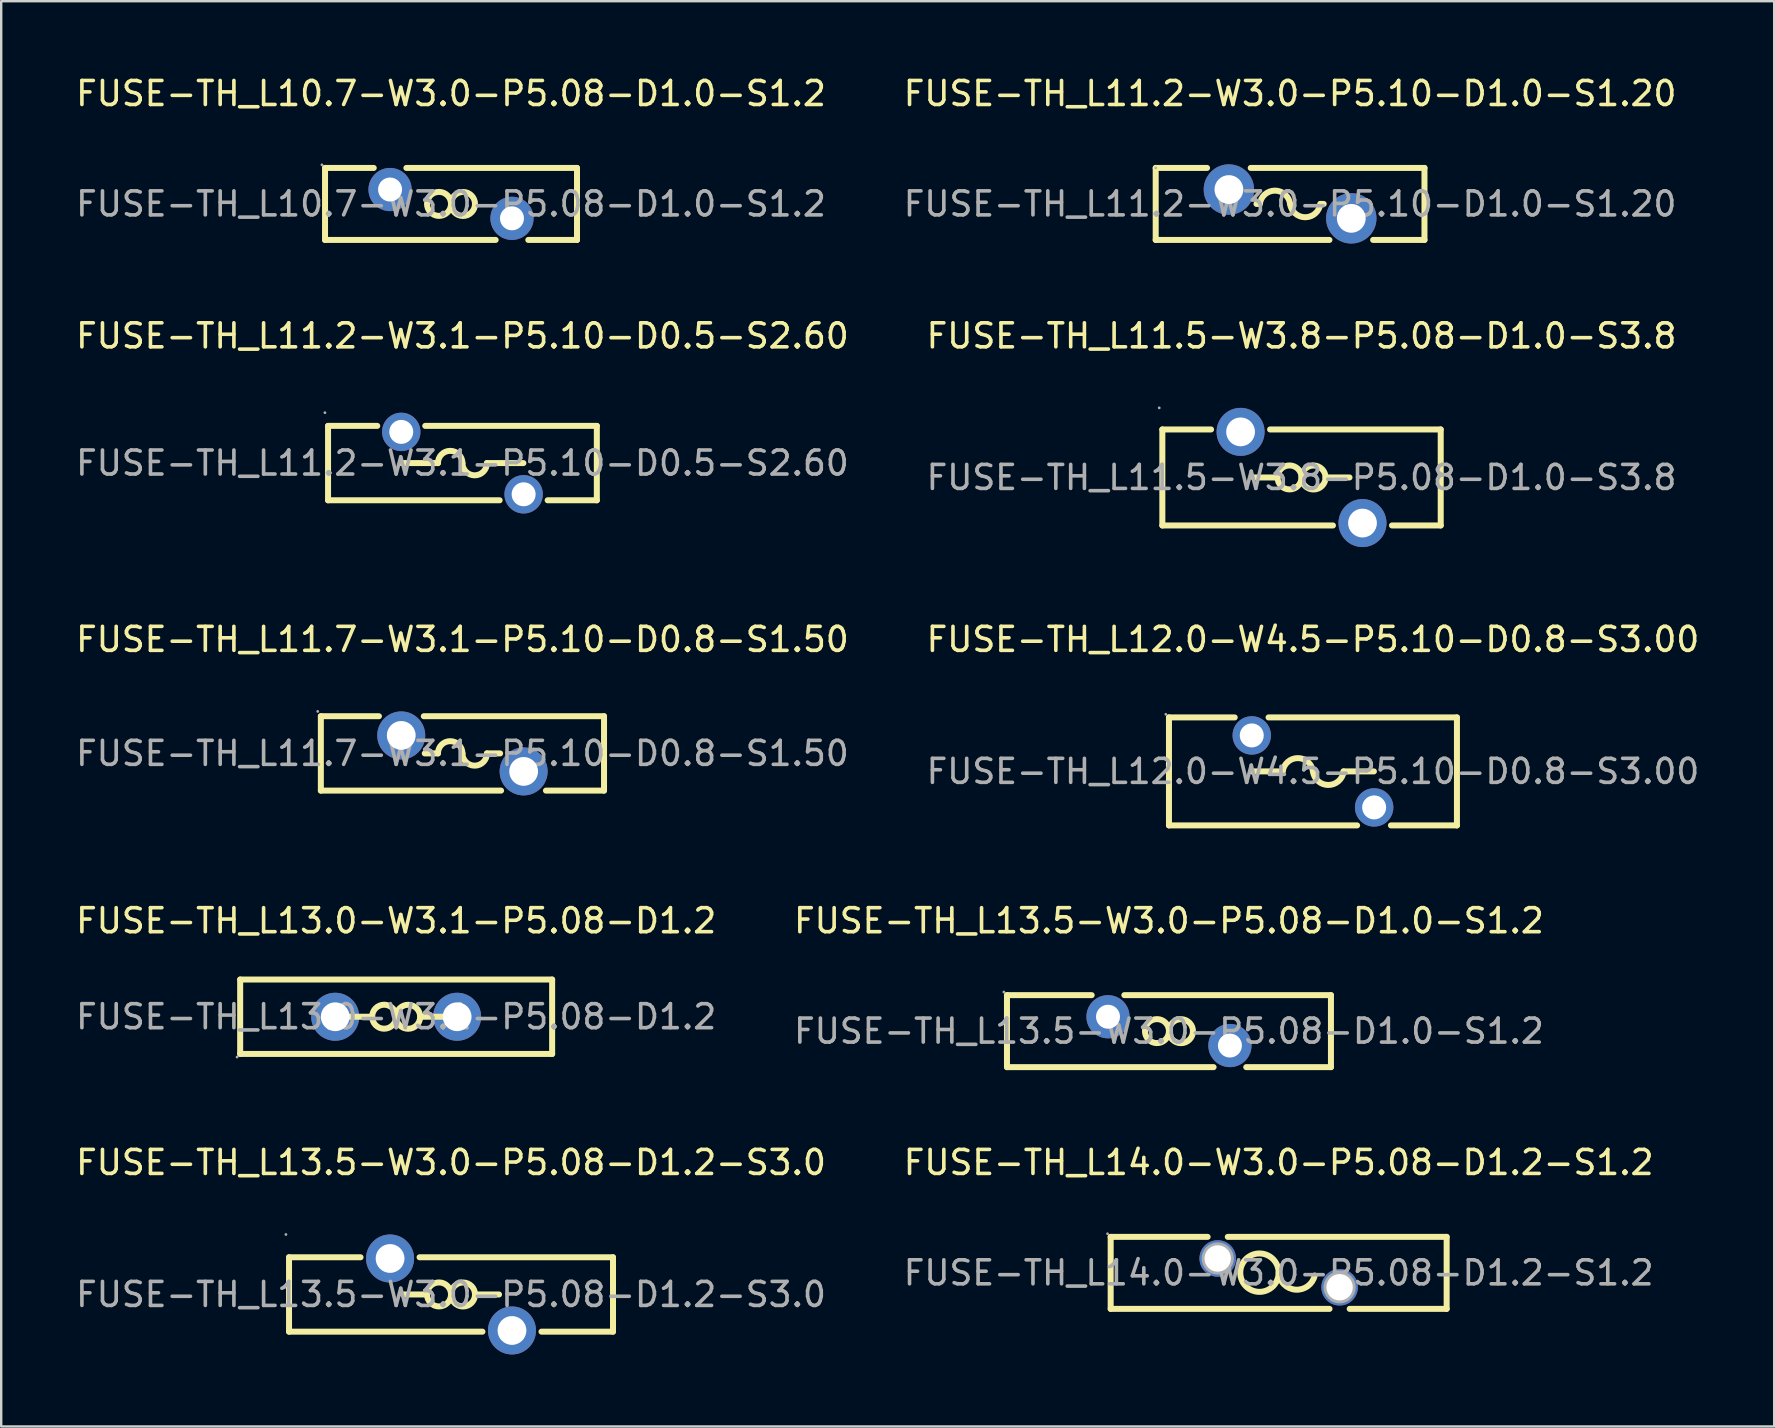
<source format=kicad_pcb>
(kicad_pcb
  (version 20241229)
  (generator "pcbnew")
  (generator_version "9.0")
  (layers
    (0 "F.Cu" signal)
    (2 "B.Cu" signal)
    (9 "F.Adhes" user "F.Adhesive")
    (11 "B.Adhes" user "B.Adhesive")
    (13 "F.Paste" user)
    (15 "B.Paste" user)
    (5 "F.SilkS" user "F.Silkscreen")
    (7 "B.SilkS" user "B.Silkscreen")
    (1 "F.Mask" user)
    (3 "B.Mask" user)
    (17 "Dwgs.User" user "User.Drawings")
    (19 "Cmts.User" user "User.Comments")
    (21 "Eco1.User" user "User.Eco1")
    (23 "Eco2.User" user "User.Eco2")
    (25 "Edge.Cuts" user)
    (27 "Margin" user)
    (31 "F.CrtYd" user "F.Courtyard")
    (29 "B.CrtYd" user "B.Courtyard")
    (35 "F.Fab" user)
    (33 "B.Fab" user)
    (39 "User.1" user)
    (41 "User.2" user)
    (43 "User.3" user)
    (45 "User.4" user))
  (footprint "FUSE-TH_L11.7-W3.1-P5.10-D0.8-S1.50"
    (layer "F.Cu")
    (at 16.22 28.345)
    (property "Reference" "FUSE-TH_L11.7-W3.1-P5.10-D0.8-S1.50" (at 0 -4.75 0) (layer "F.SilkS") (effects (font (size 1 1) (thickness 0.15))))
    (attr through_hole)
    (fp_line (start -5.9 -1.55) (end -3.48 -1.55) (stroke (width 0.25) (type solid)) (layer "F.SilkS"))
    (fp_line (start -5.9 1.55) (end -5.9 -1.55) (stroke (width 0.25) (type solid)) (layer "F.SilkS"))
    (fp_line (start -5.9 1.55) (end 1.61 1.55) (stroke (width 0.25) (type solid)) (layer "F.SilkS"))
    (fp_line (start -1.61 -1.55) (end 5.9 -1.55) (stroke (width 0.25) (type solid)) (layer "F.SilkS"))
    (fp_line (start -1.57 0) (end -1.02 0) (stroke (width 0.25) (type solid)) (layer "F.SilkS"))
    (fp_line (start 1.57 0) (end 1.02 0) (stroke (width 0.25) (type solid)) (layer "F.SilkS"))
    (fp_line (start 3.48 1.55) (end 5.9 1.55) (stroke (width 0.25) (type solid)) (layer "F.SilkS"))
    (fp_line (start 5.9 -1.55) (end 5.9 1.55) (stroke (width 0.25) (type solid)) (layer "F.SilkS"))
    (fp_arc (start -1.02 0) (mid -0.51 -0.51) (end 0 0) (stroke (width 0.25) (type solid)) (layer "F.SilkS"))
    (fp_arc (start 1.02 0) (mid 0.51 0.51) (end 0 0) (stroke (width 0.25) (type solid)) (layer "F.SilkS"))
    (fp_circle (center -6.03 -1.75) (end -6 -1.75) (stroke (width 0.06) (type solid)) (fill no) (layer "F.Fab"))
    (fp_circle (center -2.55 -0.75) (end -2.3 -0.75) (stroke (width 0.5) (type solid)) (fill no) (layer "F.Fab"))
    (fp_circle (center 2.55 0.75) (end 2.8 0.75) (stroke (width 0.5) (type solid)) (fill no) (layer "F.Fab"))
    (fp_text user "${REFERENCE}" (at 0 0 0) (layer "F.Fab") (effects (font (size 1 1) (thickness 0.15))))
    (pad "1" thru_hole circle (at -2.55 -0.75) (size 2 2) (drill 1.2) (layers "*.Cu" "*.Paste" "*.Mask"))
    (pad "2" thru_hole circle (at 2.55 0.75) (size 2 2) (drill 1.2) (layers "*.Cu" "*.Paste" "*.Mask")))
  (footprint "FUSE-TH_L13.5-W3.0-P5.08-D1.2-S3.0"
    (layer "F.Cu")
    (at 15.744 50.891)
    (property "Reference" "FUSE-TH_L13.5-W3.0-P5.08-D1.2-S3.0" (at 0 -5.5 0) (layer "F.SilkS") (effects (font (size 1 1) (thickness 0.15))))
    (attr through_hole)
    (fp_line (start -6.75 -1.55) (end -3.77 -1.55) (stroke (width 0.25) (type solid)) (layer "F.SilkS"))
    (fp_line (start -6.75 1.55) (end -6.75 -1.55) (stroke (width 0.25) (type solid)) (layer "F.SilkS"))
    (fp_line (start -1.31 -1.55) (end 6.75 -1.55) (stroke (width 0.25) (type solid)) (layer "F.SilkS"))
    (fp_line (start -1 0) (end -2 0) (stroke (width 0.25) (type solid)) (layer "F.SilkS"))
    (fp_line (start 1 0) (end 2 0) (stroke (width 0.25) (type solid)) (layer "F.SilkS"))
    (fp_line (start 1.31 1.55) (end -6.75 1.55) (stroke (width 0.25) (type solid)) (layer "F.SilkS"))
    (fp_line (start 6.75 -1.55) (end 6.75 1.55) (stroke (width 0.25) (type solid)) (layer "F.SilkS"))
    (fp_line (start 6.75 1.55) (end 3.77 1.55) (stroke (width 0.25) (type solid)) (layer "F.SilkS"))
    (fp_arc (start -0.000076 0.008726) (mid -0.999981 -0.004363) (end 0 0) (stroke (width 0.25) (type solid)) (layer "F.SilkS"))
    (fp_arc (start 0.000076 -0.008726) (mid 0.999981 0.004363) (end 0 0) (stroke (width 0.25) (type solid)) (layer "F.SilkS"))
    (fp_circle (center -6.88 -2.5) (end -6.85 -2.5) (stroke (width 0.06) (type solid)) (fill no) (layer "F.Fab"))
    (fp_circle (center -2.54 -1.5) (end -2.29 -1.5) (stroke (width 0.5) (type solid)) (fill no) (layer "F.Fab"))
    (fp_circle (center 2.54 1.5) (end 2.79 1.5) (stroke (width 0.5) (type solid)) (fill no) (layer "F.Fab"))
    (fp_text user "${REFERENCE}" (at 0 0 0) (layer "F.Fab") (effects (font (size 1 1) (thickness 0.15))))
    (pad "1" thru_hole circle (at -2.54 -1.5) (size 2 2) (drill 1.2) (layers "*.Cu" "*.Paste" "*.Mask"))
    (pad "2" thru_hole circle (at 2.54 1.5) (size 2 2) (drill 1.2) (layers "*.Cu" "*.Paste" "*.Mask")))
  (footprint "FUSE-TH_L13.0-W3.1-P5.08-D1.2"
    (layer "F.Cu")
    (at 13.458 39.318)
    (property "Reference" "FUSE-TH_L13.0-W3.1-P5.08-D1.2" (at 0 -4 0) (layer "F.SilkS") (effects (font (size 1 1) (thickness 0.15))))
    (attr through_hole)
    (fp_line (start -6.5 -1.55) (end 6.5 -1.55) (stroke (width 0.25) (type solid)) (layer "F.SilkS"))
    (fp_line (start -6.5 1.55) (end -6.5 -1.55) (stroke (width 0.25) (type solid)) (layer "F.SilkS"))
    (fp_line (start -1 0) (end -2 0) (stroke (width 0.25) (type solid)) (layer "F.SilkS"))
    (fp_line (start 1 0) (end 2 0) (stroke (width 0.25) (type solid)) (layer "F.SilkS"))
    (fp_line (start 6.5 -1.55) (end 6.5 1.55) (stroke (width 0.25) (type solid)) (layer "F.SilkS"))
    (fp_line (start 6.5 1.55) (end -6.5 1.55) (stroke (width 0.25) (type solid)) (layer "F.SilkS"))
    (fp_arc (start -0.000076 0.008726) (mid -0.999981 -0.004363) (end 0 0) (stroke (width 0.25) (type solid)) (layer "F.SilkS"))
    (fp_arc (start 0.000076 -0.008726) (mid 0.999981 0.004363) (end 0 0) (stroke (width 0.25) (type solid)) (layer "F.SilkS"))
    (fp_circle (center -6.63 1.68) (end -6.6 1.68) (stroke (width 0.06) (type solid)) (fill no) (layer "F.Fab"))
    (fp_circle (center -2.54 0) (end -2.29 0) (stroke (width 0.5) (type solid)) (fill no) (layer "F.Fab"))
    (fp_circle (center 2.54 0) (end 2.79 0) (stroke (width 0.5) (type solid)) (fill no) (layer "F.Fab"))
    (fp_text user "${REFERENCE}" (at 0 0 0) (layer "F.Fab") (effects (font (size 1 1) (thickness 0.15))))
    (pad "1" thru_hole circle (at -2.54 0) (size 2 2) (drill 1.2) (layers "*.Cu" "*.Paste" "*.Mask"))
    (pad "2" thru_hole circle (at 2.54 0) (size 2 2) (drill 1.2) (layers "*.Cu" "*.Paste" "*.Mask")))
  (footprint "FUSE-TH_L13.5-W3.0-P5.08-D1.0-S1.2"
    (layer "F.Cu")
    (at 45.661 39.918)
    (property "Reference" "FUSE-TH_L13.5-W3.0-P5.08-D1.0-S1.2" (at 0 -4.6 0) (layer "F.SilkS") (effects (font (size 1 1) (thickness 0.15))))
    (attr through_hole)
    (fp_line (start -6.75 -1.5) (end -3.22 -1.5) (stroke (width 0.25) (type solid)) (layer "F.SilkS"))
    (fp_line (start -6.75 1.5) (end -6.75 -1.5) (stroke (width 0.25) (type solid)) (layer "F.SilkS"))
    (fp_line (start -1.86 -1.5) (end 6.75 -1.5) (stroke (width 0.25) (type solid)) (layer "F.SilkS"))
    (fp_line (start 1.86 1.5) (end -6.75 1.5) (stroke (width 0.25) (type solid)) (layer "F.SilkS"))
    (fp_line (start 6.75 -1.5) (end 6.75 1.5) (stroke (width 0.25) (type solid)) (layer "F.SilkS"))
    (fp_line (start 6.75 1.5) (end 3.22 1.5) (stroke (width 0.25) (type solid)) (layer "F.SilkS"))
    (fp_arc (start -0.000076 0.008726) (mid -0.999981 -0.004363) (end 0 0) (stroke (width 0.25) (type solid)) (layer "F.SilkS"))
    (fp_arc (start 0.000076 -0.008726) (mid 0.999981 0.004363) (end 0 0) (stroke (width 0.25) (type solid)) (layer "F.SilkS"))
    (fp_circle (center -6.88 -1.63) (end -6.85 -1.63) (stroke (width 0.06) (type solid)) (fill no) (layer "F.Fab"))
    (fp_circle (center -2.54 -0.6) (end -2.34 -0.6) (stroke (width 0.4) (type solid)) (fill no) (layer "F.Fab"))
    (fp_circle (center 2.54 0.6) (end 2.74 0.6) (stroke (width 0.4) (type solid)) (fill no) (layer "F.Fab"))
    (fp_text user "${REFERENCE}" (at 0 0 0) (layer "F.Fab") (effects (font (size 1 1) (thickness 0.15))))
    (pad "1" thru_hole circle (at -2.54 -0.6) (size 1.8 1.8) (drill 1) (layers "*.Cu" "*.Paste" "*.Mask"))
    (pad "2" thru_hole circle (at 2.54 0.6) (size 1.8 1.8) (drill 1) (layers "*.Cu" "*.Paste" "*.Mask")))
  (footprint "FUSE-TH_L11.2-W3.0-P5.10-D1.0-S1.20"
    (layer "F.Cu")
    (at 50.708 5.448)
    (property "Reference" "FUSE-TH_L11.2-W3.0-P5.10-D1.0-S1.20" (at 0 -4.6 0) (layer "F.SilkS") (effects (font (size 1 1) (thickness 0.15))))
    (attr through_hole)
    (fp_line (start -5.6 -1.5) (end -5.6 1.5) (stroke (width 0.25) (type solid)) (layer "F.SilkS"))
    (fp_line (start -5.6 1.5) (end 1.64 1.5) (stroke (width 0.25) (type solid)) (layer "F.SilkS"))
    (fp_line (start -3.46 -1.5) (end -5.6 -1.5) (stroke (width 0.25) (type solid)) (layer "F.SilkS"))
    (fp_line (start -1.4 0) (end -1.27 0) (stroke (width 0.25) (type solid)) (layer "F.SilkS"))
    (fp_line (start 1.4 0) (end 1.27 0) (stroke (width 0.25) (type solid)) (layer "F.SilkS"))
    (fp_line (start 3.46 1.5) (end 5.6 1.5) (stroke (width 0.25) (type solid)) (layer "F.SilkS"))
    (fp_line (start 5.6 -1.5) (end -1.64 -1.5) (stroke (width 0.25) (type solid)) (layer "F.SilkS"))
    (fp_line (start 5.6 -1.5) (end 5.6 1.5) (stroke (width 0.25) (type solid)) (layer "F.SilkS"))
    (fp_arc (start -1.260199 0.001582) (mid -0.630797 -0.555059) (end 0 0) (stroke (width 0.25) (type solid)) (layer "F.SilkS"))
    (fp_arc (start 1.260199 -0.001582) (mid 0.630797 0.555059) (end 0 0) (stroke (width 0.25) (type solid)) (layer "F.SilkS"))
    (fp_circle (center -5.6 -1.5) (end -5.57 -1.5) (stroke (width 0.06) (type solid)) (fill no) (layer "F.Fab"))
    (fp_circle (center -2.55 -0.6) (end -2.35 -0.6) (stroke (width 0.4) (type solid)) (fill no) (layer "F.Fab"))
    (fp_circle (center 2.55 0.6) (end 2.75 0.6) (stroke (width 0.4) (type solid)) (fill no) (layer "F.Fab"))
    (fp_text user "${REFERENCE}" (at 0 0 0) (layer "F.Fab") (effects (font (size 1 1) (thickness 0.15))))
    (pad "1" thru_hole circle (at -2.55 -0.6) (size 2.1 2.1) (drill 1.2) (layers "*.Cu" "*.Paste" "*.Mask"))
    (pad "2" thru_hole circle (at 2.55 0.6) (size 2.1 2.1) (drill 1.2) (layers "*.Cu" "*.Paste" "*.Mask")))
  (footprint "FUSE-TH_L12.0-W4.5-P5.10-D0.8-S3.00"
    (layer "F.Cu")
    (at 51.661 29.095)
    (property "Reference" "FUSE-TH_L12.0-W4.5-P5.10-D0.8-S3.00" (at 0 -5.5 0) (layer "F.SilkS") (effects (font (size 1 1) (thickness 0.15))))
    (attr through_hole)
    (fp_line (start -6 -2.25) (end -3.26 -2.25) (stroke (width 0.25) (type solid)) (layer "F.SilkS"))
    (fp_line (start -6 2.25) (end -6 -2.25) (stroke (width 0.25) (type solid)) (layer "F.SilkS"))
    (fp_line (start -2.54 0) (end -1.27 0) (stroke (width 0.25) (type solid)) (layer "F.SilkS"))
    (fp_line (start -1.85 -2.25) (end 6 -2.25) (stroke (width 0.25) (type solid)) (layer "F.SilkS"))
    (fp_line (start 1.84 2.25) (end -6 2.25) (stroke (width 0.25) (type solid)) (layer "F.SilkS"))
    (fp_line (start 2.54 0) (end 1.27 0) (stroke (width 0.25) (type solid)) (layer "F.SilkS"))
    (fp_line (start 6 -2.25) (end 6 2.25) (stroke (width 0.25) (type solid)) (layer "F.SilkS"))
    (fp_line (start 6 2.25) (end 3.25 2.25) (stroke (width 0.25) (type solid)) (layer "F.SilkS"))
    (fp_arc (start -1.260199 0.001582) (mid -0.630797 -0.555059) (end 0 0) (stroke (width 0.25) (type solid)) (layer "F.SilkS"))
    (fp_arc (start 1.279888 0.000893) (mid 0.63955 0.564981) (end 0 0) (stroke (width 0.25) (type solid)) (layer "F.SilkS"))
    (fp_circle (center -6.13 -2.38) (end -6.1 -2.38) (stroke (width 0.06) (type solid)) (fill no) (layer "F.Fab"))
    (fp_circle (center -2.55 -1.5) (end -2.35 -1.5) (stroke (width 0.4) (type solid)) (fill no) (layer "F.Fab"))
    (fp_circle (center 2.55 1.5) (end 2.75 1.5) (stroke (width 0.4) (type solid)) (fill no) (layer "F.Fab"))
    (fp_text user "${REFERENCE}" (at 0 0 0) (layer "F.Fab") (effects (font (size 1 1) (thickness 0.15))))
    (pad "1" thru_hole circle (at -2.55 -1.5) (size 1.6 1.6) (drill 1) (layers "*.Cu" "*.Paste" "*.Mask"))
    (pad "2" thru_hole circle (at 2.55 1.5) (size 1.6 1.6) (drill 1) (layers "*.Cu" "*.Paste" "*.Mask")))
  (footprint "FUSE-TH_L14.0-W3.0-P5.08-D1.2-S1.2"
    (layer "F.Cu")
    (at 50.232 49.991)
    (property "Reference" "FUSE-TH_L14.0-W3.0-P5.08-D1.2-S1.2" (at 0 -4.6 0) (layer "F.SilkS") (effects (font (size 1 1) (thickness 0.15))))
    (attr through_hole)
    (fp_line (start -7 -1.5) (end -7 1.5) (stroke (width 0.25) (type solid)) (layer "F.SilkS"))
    (fp_line (start -7 -1.5) (end -2.96 -1.5) (stroke (width 0.25) (type solid)) (layer "F.SilkS"))
    (fp_line (start -2.12 -1.5) (end 7 -1.5) (stroke (width 0.25) (type solid)) (layer "F.SilkS"))
    (fp_line (start 2.12 1.5) (end -7 1.5) (stroke (width 0.25) (type solid)) (layer "F.SilkS"))
    (fp_line (start 7 1.5) (end 2.96 1.5) (stroke (width 0.25) (type solid)) (layer "F.SilkS"))
    (fp_line (start 7 1.5) (end 7 -1.5) (stroke (width 0.25) (type solid)) (layer "F.SilkS"))
    (fp_arc (start -0.000122 0.003962) (mid -1.599969 -0.016981) (end 0 -0.01) (stroke (width 0.25) (type solid)) (layer "F.SilkS"))
    (fp_arc (start 1.502521 0.109596) (mid 0.699567 0.699242) (end 0 -0.01) (stroke (width 0.25) (type solid)) (layer "F.SilkS"))
    (fp_circle (center -7.13 -1.63) (end -7.1 -1.63) (stroke (width 0.06) (type solid)) (fill no) (layer "F.Fab"))
    (fp_circle (center -2.54 -0.6) (end -2.32 -0.6) (stroke (width 0.45) (type solid)) (fill no) (layer "F.Fab"))
    (fp_circle (center 2.54 0.6) (end 2.76 0.6) (stroke (width 0.45) (type solid)) (fill no) (layer "F.Fab"))
    (fp_text user "${REFERENCE}" (at 0 0 0) (layer "F.Fab") (effects (font (size 1 1) (thickness 0.15))))
    (pad "1" thru_hole circle (at -2.54 -0.6) (size 1.52 1.52) (drill 1.1) (layers "*.Cu" "*.Paste" "*.Mask"))
    (pad "2" thru_hole circle (at 2.54 0.6) (size 1.52 1.52) (drill 1.1) (layers "*.Cu" "*.Paste" "*.Mask")))
  (footprint "FUSE-TH_L10.7-W3.0-P5.08-D1.0-S1.2"
    (layer "F.Cu")
    (at 15.744 5.448)
    (property "Reference" "FUSE-TH_L10.7-W3.0-P5.08-D1.0-S1.2" (at 0 -4.6 0) (layer "F.SilkS") (effects (font (size 1 1) (thickness 0.15))))
    (attr through_hole)
    (fp_line (start -5.25 -1.5) (end -3.22 -1.5) (stroke (width 0.25) (type solid)) (layer "F.SilkS"))
    (fp_line (start -5.25 1.5) (end -5.25 -1.5) (stroke (width 0.25) (type solid)) (layer "F.SilkS"))
    (fp_line (start -1.86 -1.5) (end 5.25 -1.5) (stroke (width 0.25) (type solid)) (layer "F.SilkS"))
    (fp_line (start 1.86 1.5) (end -5.25 1.5) (stroke (width 0.25) (type solid)) (layer "F.SilkS"))
    (fp_line (start 5.25 -1.5) (end 5.25 1.5) (stroke (width 0.25) (type solid)) (layer "F.SilkS"))
    (fp_line (start 5.25 1.5) (end 3.22 1.5) (stroke (width 0.25) (type solid)) (layer "F.SilkS"))
    (fp_arc (start -0.000076 0.008726) (mid -0.999981 -0.004363) (end 0 0) (stroke (width 0.25) (type solid)) (layer "F.SilkS"))
    (fp_arc (start 0.000076 -0.008726) (mid 0.999981 0.004363) (end 0 0) (stroke (width 0.25) (type solid)) (layer "F.SilkS"))
    (fp_circle (center -5.38 -1.63) (end -5.35 -1.63) (stroke (width 0.06) (type solid)) (fill no) (layer "F.Fab"))
    (fp_circle (center -2.54 -0.6) (end -2.34 -0.6) (stroke (width 0.4) (type solid)) (fill no) (layer "F.Fab"))
    (fp_circle (center 2.54 0.6) (end 2.74 0.6) (stroke (width 0.4) (type solid)) (fill no) (layer "F.Fab"))
    (fp_text user "${REFERENCE}" (at 0 0 0) (layer "F.Fab") (effects (font (size 1 1) (thickness 0.15))))
    (pad "1" thru_hole circle (at -2.54 -0.6) (size 1.8 1.8) (drill 1) (layers "*.Cu" "*.Paste" "*.Mask"))
    (pad "2" thru_hole circle (at 2.54 0.6) (size 1.8 1.8) (drill 1) (layers "*.Cu" "*.Paste" "*.Mask")))
  (footprint "FUSE-TH_L11.5-W3.8-P5.08-D1.0-S3.8"
    (layer "F.Cu")
    (at 51.185 16.846)
    (property "Reference" "FUSE-TH_L11.5-W3.8-P5.08-D1.0-S3.8" (at 0 -5.9 0) (layer "F.SilkS") (effects (font (size 1 1) (thickness 0.15))))
    (attr through_hole)
    (fp_line (start -5.8 -2) (end -5.8 2) (stroke (width 0.25) (type solid)) (layer "F.SilkS"))
    (fp_line (start -5.8 -2) (end -3.77 -2) (stroke (width 0.25) (type solid)) (layer "F.SilkS"))
    (fp_line (start -5.8 2) (end 1.31 2) (stroke (width 0.25) (type solid)) (layer "F.SilkS"))
    (fp_line (start -1.31 -2) (end 5.8 -2) (stroke (width 0.25) (type solid)) (layer "F.SilkS"))
    (fp_line (start -1 0) (end -2 0) (stroke (width 0.25) (type solid)) (layer "F.SilkS"))
    (fp_line (start 1 0) (end 2 0) (stroke (width 0.25) (type solid)) (layer "F.SilkS"))
    (fp_line (start 3.77 2) (end 5.8 2) (stroke (width 0.25) (type solid)) (layer "F.SilkS"))
    (fp_line (start 5.8 -2) (end 5.8 2) (stroke (width 0.25) (type solid)) (layer "F.SilkS"))
    (fp_arc (start -0.000076 0.008726) (mid -0.999981 -0.004363) (end 0 0) (stroke (width 0.25) (type solid)) (layer "F.SilkS"))
    (fp_arc (start 0.000076 -0.008726) (mid 0.999981 0.004363) (end 0 0) (stroke (width 0.25) (type solid)) (layer "F.SilkS"))
    (fp_circle (center -5.93 -2.9) (end -5.9 -2.9) (stroke (width 0.06) (type solid)) (fill no) (layer "F.Fab"))
    (fp_circle (center -2.54 -1.9) (end -2.29 -1.9) (stroke (width 0.5) (type solid)) (fill no) (layer "F.Fab"))
    (fp_circle (center 2.54 1.9) (end 2.79 1.9) (stroke (width 0.5) (type solid)) (fill no) (layer "F.Fab"))
    (fp_text user "${REFERENCE}" (at 0 0 0) (layer "F.Fab") (effects (font (size 1 1) (thickness 0.15))))
    (pad "1" thru_hole circle (at -2.54 -1.9) (size 2 2) (drill 1.2) (layers "*.Cu" "*.Paste" "*.Mask"))
    (pad "2" thru_hole circle (at 2.54 1.9) (size 2 2) (drill 1.2) (layers "*.Cu" "*.Paste" "*.Mask")))
  (footprint "FUSE-TH_L11.2-W3.1-P5.10-D0.5-S2.60"
    (layer "F.Cu")
    (at 16.22 16.247)
    (property "Reference" "FUSE-TH_L11.2-W3.1-P5.10-D0.5-S2.60" (at 0 -5.3 0) (layer "F.SilkS") (effects (font (size 1 1) (thickness 0.15))))
    (attr through_hole)
    (fp_line (start -5.6 -1.55) (end -3.55 -1.55) (stroke (width 0.25) (type solid)) (layer "F.SilkS"))
    (fp_line (start -5.6 1.55) (end -5.6 -1.55) (stroke (width 0.25) (type solid)) (layer "F.SilkS"))
    (fp_line (start -5.6 1.55) (end 1.55 1.55) (stroke (width 0.25) (type solid)) (layer "F.SilkS"))
    (fp_line (start -2.54 0) (end -1.02 0) (stroke (width 0.25) (type solid)) (layer "F.SilkS"))
    (fp_line (start -1.55 -1.55) (end 5.6 -1.55) (stroke (width 0.25) (type solid)) (layer "F.SilkS"))
    (fp_line (start 2.54 0) (end 1.02 0) (stroke (width 0.25) (type solid)) (layer "F.SilkS"))
    (fp_line (start 3.55 1.55) (end 5.6 1.55) (stroke (width 0.25) (type solid)) (layer "F.SilkS"))
    (fp_line (start 5.6 -1.55) (end 5.6 1.55) (stroke (width 0.25) (type solid)) (layer "F.SilkS"))
    (fp_arc (start -1.02 0) (mid -0.51 -0.51) (end 0 0) (stroke (width 0.25) (type solid)) (layer "F.SilkS"))
    (fp_arc (start 1.02 0) (mid 0.51 0.51) (end 0 0) (stroke (width 0.25) (type solid)) (layer "F.SilkS"))
    (fp_circle (center -5.73 -2.1) (end -5.7 -2.1) (stroke (width 0.06) (type solid)) (fill no) (layer "F.Fab"))
    (fp_circle (center -2.55 -1.3) (end -2.35 -1.3) (stroke (width 0.4) (type solid)) (fill no) (layer "F.Fab"))
    (fp_circle (center 2.55 1.3) (end 2.75 1.3) (stroke (width 0.4) (type solid)) (fill no) (layer "F.Fab"))
    (fp_text user "${REFERENCE}" (at 0 0 0) (layer "F.Fab") (effects (font (size 1 1) (thickness 0.15))))
    (pad "1" thru_hole circle (at -2.55 -1.3) (size 1.6 1.6) (drill 1) (layers "*.Cu" "*.Paste" "*.Mask"))
    (pad "2" thru_hole circle (at 2.55 1.3) (size 1.6 1.6) (drill 1) (layers "*.Cu" "*.Paste" "*.Mask")))
  (gr_rect
    (start -3 -3)
    (end 70.881 56.391)
    (stroke (width 0.1) (type default))
    (fill no)
    (layer "Edge.Cuts")))
</source>
